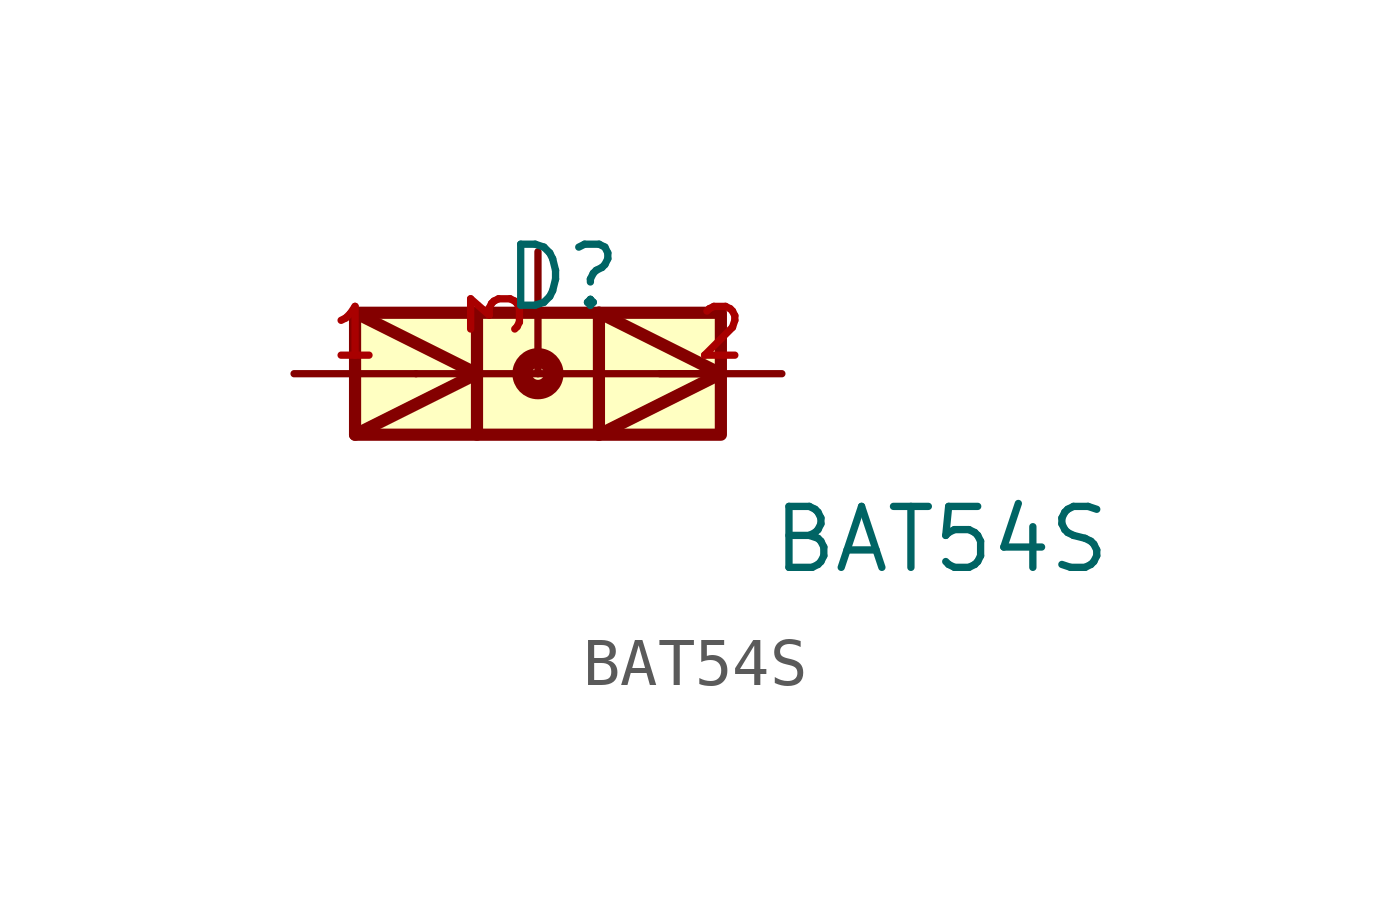
<source format=kicad_sym>
(kicad_symbol_lib
  (version 20211014)
  (generator kicad_symbol_editor)
  (symbol "BAT54S"
    (pin_names
      (offset 1.016))
    (property "Reference" "D"
      (at -0.762 2.007 0.0)
      (effects (font (size 1.27 1.27)) (justify left)))
    (property "Value" "BAT54S"
      (at 4.826 -3.454 0.0)
      (effects (font (size 1.27 1.27)) (justify left)))
    (symbol "BAT54S_0_0"
      (polyline (pts (xy 1.27 1.27) (xy 3.81 0.0)) (stroke (width 0.254)))
      (polyline (pts (xy 3.81 0.0) (xy 1.27 -1.27)) (stroke (width 0.254)))
      (polyline (pts (xy 1.27 -1.27) (xy 1.27 1.27)) (stroke (width 0.254)))
      (polyline (pts (xy -3.81 1.27) (xy -1.27 0.0)) (stroke (width 0.254)))
      (polyline (pts (xy -1.27 0.0) (xy -3.81 -1.27)) (stroke (width 0.254)))
      (polyline (pts (xy -1.27 -1.27) (xy -1.27 0.0)) (stroke (width 0.254)))
      (polyline (pts (xy 3.81 0.0) (xy -1.27 0.0)) (stroke (width 0.152)))
      (polyline (pts (xy -2.54 0.0) (xy -1.27 0.0)) (stroke (width 0.152)))
      (polyline (pts (xy -1.27 0.0) (xy -1.27 1.27)) (stroke (width 0.254)))
      (circle (center 0.0 0.0) (radius 0.127) (stroke (width 0.406)) (fill (type none)))
      (rectangle (start -3.81 -1.27) (end 3.81 1.27) (stroke (width 0.254)) (fill (type background)))
      (pin passive line (at -5.08 0.0 0) (length 2.54) (name "~" (effects (font (size 1.016 1.016)))) (number "1" (effects (font (size 1.016 1.016)))))
      (pin passive line (at 5.08 0.0 180.0) (length 2.54) (name "~" (effects (font (size 1.016 1.016)))) (number "2" (effects (font (size 1.016 1.016)))))
      (pin passive line (at 0.0 2.54 270.0) (length 2.54) (name "~" (effects (font (size 1.016 1.016)))) (number "3" (effects (font (size 1.016 1.016))))))))
</source>
